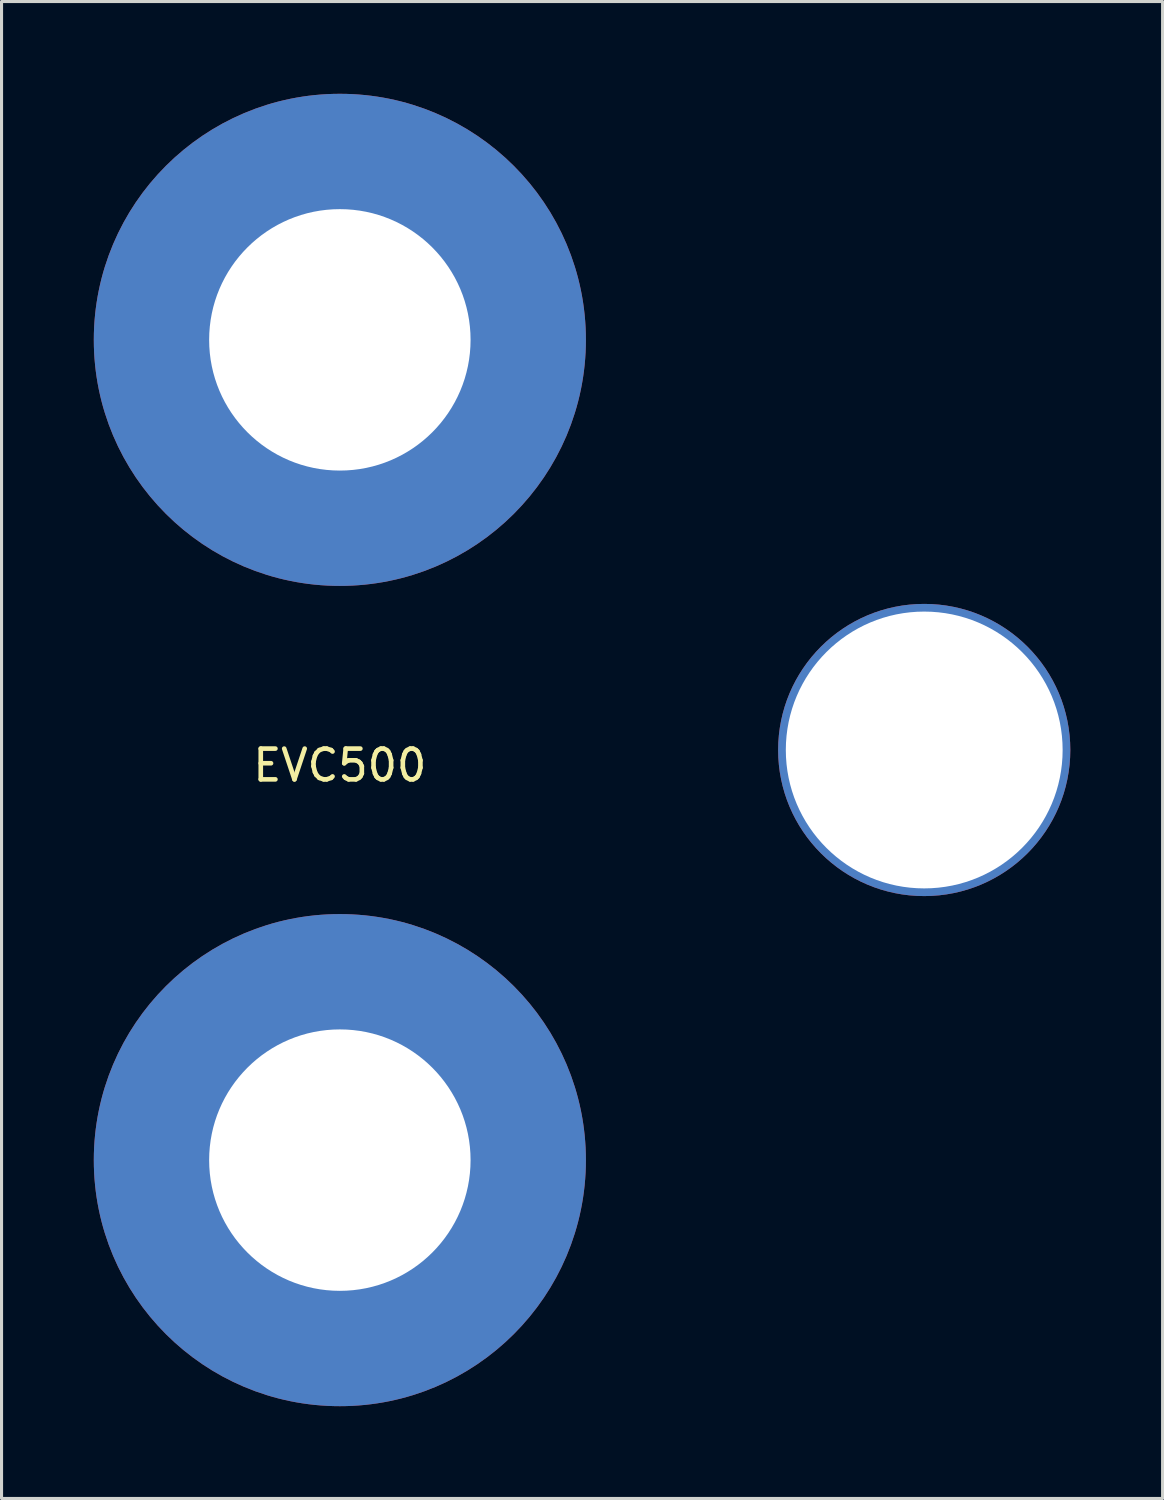
<source format=kicad_pcb>
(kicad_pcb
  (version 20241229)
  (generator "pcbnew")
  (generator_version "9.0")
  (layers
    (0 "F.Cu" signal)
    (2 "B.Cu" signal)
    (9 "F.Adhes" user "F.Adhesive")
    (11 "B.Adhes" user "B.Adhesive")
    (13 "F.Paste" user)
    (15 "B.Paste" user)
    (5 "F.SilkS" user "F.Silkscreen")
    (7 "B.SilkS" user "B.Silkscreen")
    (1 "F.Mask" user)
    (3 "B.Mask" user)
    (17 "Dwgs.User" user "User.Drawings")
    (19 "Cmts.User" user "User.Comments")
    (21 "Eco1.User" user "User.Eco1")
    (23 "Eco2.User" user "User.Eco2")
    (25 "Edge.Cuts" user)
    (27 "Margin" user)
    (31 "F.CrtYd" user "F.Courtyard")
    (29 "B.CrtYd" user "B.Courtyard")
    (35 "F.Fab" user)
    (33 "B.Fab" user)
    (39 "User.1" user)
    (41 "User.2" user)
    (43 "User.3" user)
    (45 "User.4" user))
  (footprint "EVC500"
    (layer "F.Cu")
    (at 8 21.335)
    (property "Reference" "EVC500" (at 0 0.5 0) (layer "F.SilkS") (effects (font (size 1 1) (thickness 0.15))))
    (attr through_hole)
    (pad "" thru_hole circle (at 19 0) (size 9.5 9.5) (drill 9) (layers "*.Cu" "*.Mask"))
    (pad "1" thru_hole circle (at 0 13.335) (size 16 16) (drill 8.5) (layers "*.Cu" "*.Mask"))
    (pad "2" thru_hole circle (at 0 -13.335) (size 16 16) (drill 8.5) (layers "*.Cu" "*.Mask")))
  (gr_rect
    (start -3 -3)
    (end 34.75 45.67)
    (stroke (width 0.1) (type default))
    (fill no)
    (layer "Edge.Cuts")))
</source>
